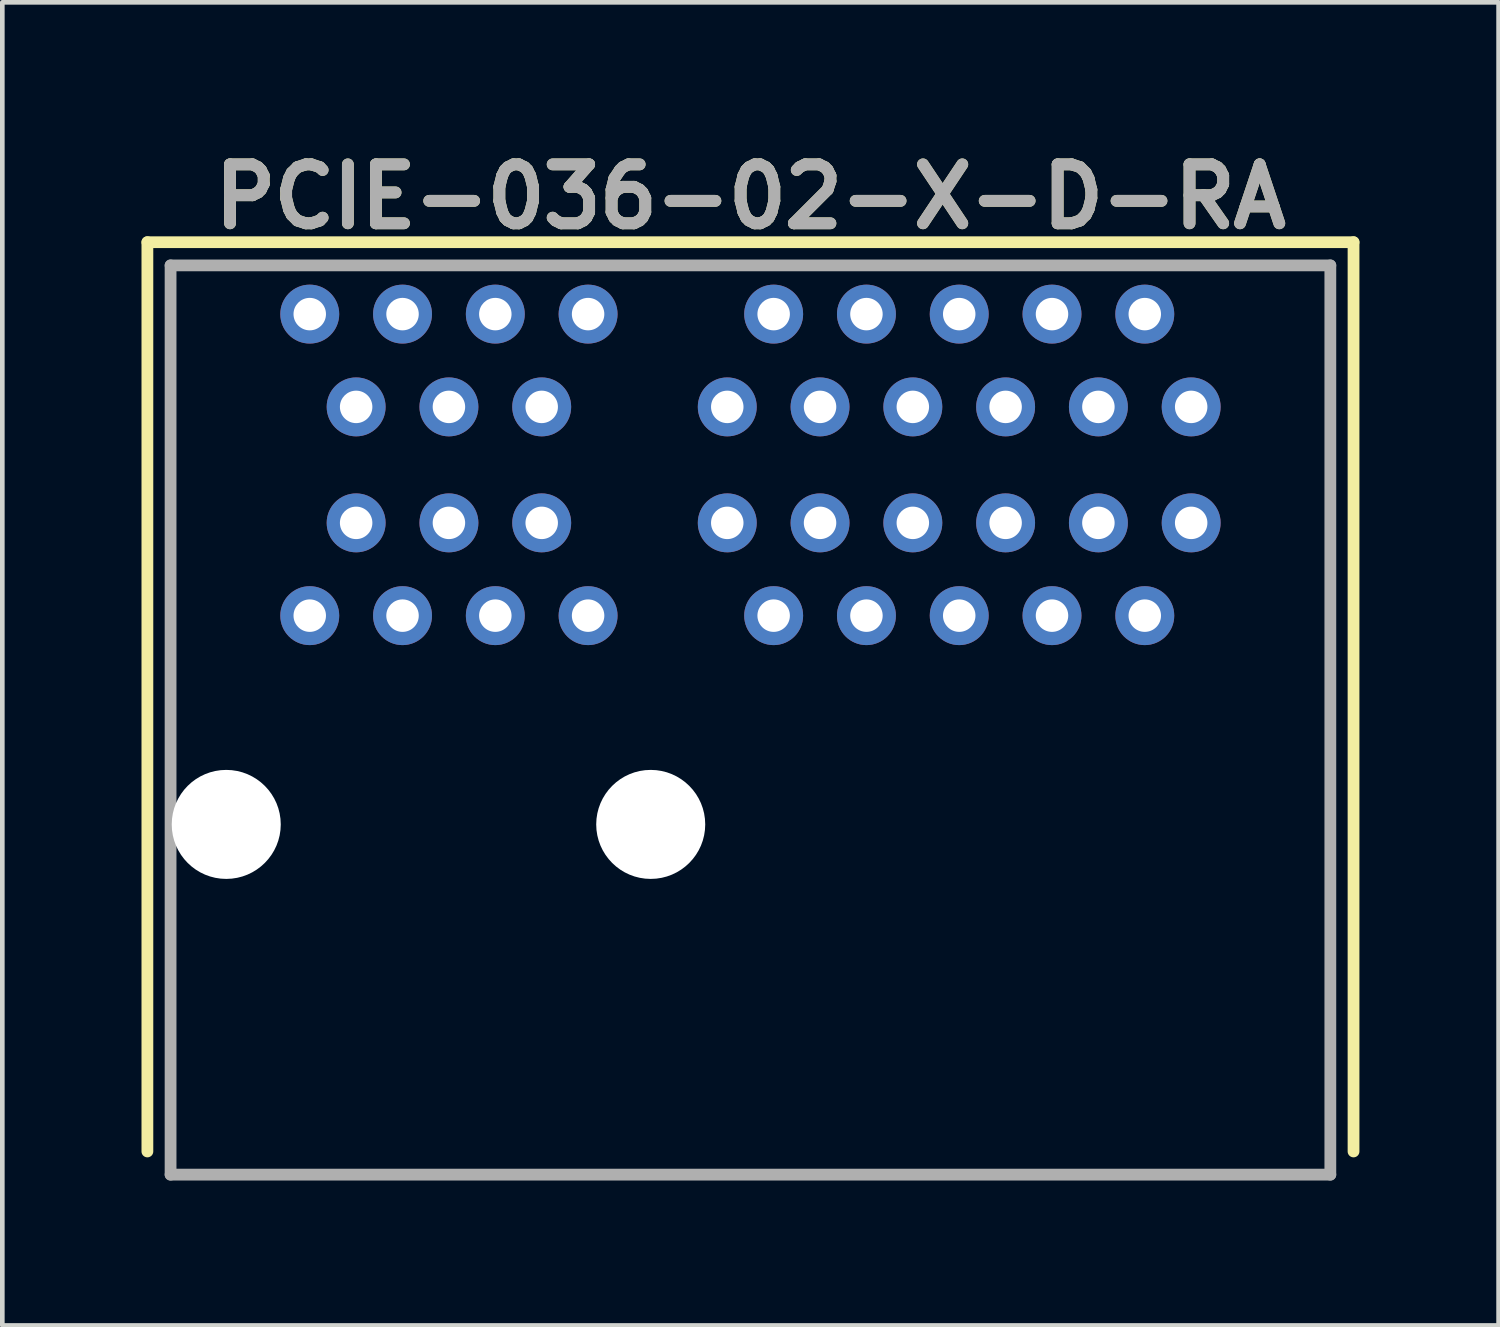
<source format=kicad_pcb>
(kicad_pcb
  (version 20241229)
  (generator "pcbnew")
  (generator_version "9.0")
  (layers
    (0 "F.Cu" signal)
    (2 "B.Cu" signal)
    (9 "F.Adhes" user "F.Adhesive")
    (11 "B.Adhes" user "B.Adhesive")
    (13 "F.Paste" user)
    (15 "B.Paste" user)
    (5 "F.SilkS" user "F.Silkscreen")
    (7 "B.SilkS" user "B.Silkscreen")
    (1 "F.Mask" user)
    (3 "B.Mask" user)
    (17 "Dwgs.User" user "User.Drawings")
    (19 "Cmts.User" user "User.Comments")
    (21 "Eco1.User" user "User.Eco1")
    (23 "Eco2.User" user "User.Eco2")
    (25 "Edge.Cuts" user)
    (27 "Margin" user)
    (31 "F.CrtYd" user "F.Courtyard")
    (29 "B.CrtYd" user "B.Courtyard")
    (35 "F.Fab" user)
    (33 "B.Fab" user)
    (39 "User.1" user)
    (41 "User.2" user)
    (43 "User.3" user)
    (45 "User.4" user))
  (footprint "PCIE-036-02-X-D-RA"
    (layer "F.Cu")
    (at 13.127 22.271)
    (property "Reference" "PCIE-036-02-X-D-RA" (at 0 -21.082 0) (layer "F.SilkS") (effects (font (size 1.27 1.27) (thickness 0.254))))
    (attr through_hole)
    (fp_line (start -13 -20.1) (end 13 -20.1) (stroke (width 0.254) (type solid)) (layer "F.SilkS"))
    (fp_line (start -13 -0.5) (end -13 -20.1) (stroke (width 0.254) (type solid)) (layer "F.SilkS"))
    (fp_line (start 13 -20.1) (end 13 -0.5) (stroke (width 0.254) (type solid)) (layer "F.SilkS"))
    (fp_line (start -12.5 -19.6) (end 12.5 -19.6) (stroke (width 0.254) (type solid)) (layer "F.Fab"))
    (fp_line (start -12.5 0) (end -12.5 -19.6) (stroke (width 0.254) (type solid)) (layer "F.Fab"))
    (fp_line (start 12.5 -19.6) (end 12.5 0) (stroke (width 0.254) (type solid)) (layer "F.Fab"))
    (fp_line (start 12.5 0) (end -12.5 0) (stroke (width 0.254) (type solid)) (layer "F.Fab"))
    (fp_text user "${REFERENCE}" (at 0 -21.082 0) (layer "F.Fab") (effects (font (size 1.27 1.27) (thickness 0.254))))
    (pad "" np_thru_hole circle (at -11.3 -7.55) (size 2.35 2.35) (drill 2.35) (layers "*.Cu" "*.Mask"))
    (pad "" np_thru_hole circle (at -2.15 -7.55) (size 2.35 2.35) (drill 2.35) (layers "*.Cu" "*.Mask"))
    (pad "A1" thru_hole circle (at 9.5 -14.05) (size 1.27 1.27) (drill 0.7) (layers "*.Cu" "*.Mask"))
    (pad "A2" thru_hole circle (at 8.5 -12.05) (size 1.27 1.27) (drill 0.7) (layers "*.Cu" "*.Mask"))
    (pad "A3" thru_hole circle (at 7.5 -14.05) (size 1.27 1.27) (drill 0.7) (layers "*.Cu" "*.Mask"))
    (pad "A4" thru_hole circle (at 6.5 -12.05) (size 1.27 1.27) (drill 0.7) (layers "*.Cu" "*.Mask"))
    (pad "A5" thru_hole circle (at 5.5 -14.05) (size 1.27 1.27) (drill 0.7) (layers "*.Cu" "*.Mask"))
    (pad "A6" thru_hole circle (at 4.5 -12.05) (size 1.27 1.27) (drill 0.7) (layers "*.Cu" "*.Mask"))
    (pad "A7" thru_hole circle (at 3.5 -14.05) (size 1.27 1.27) (drill 0.7) (layers "*.Cu" "*.Mask"))
    (pad "A8" thru_hole circle (at 2.5 -12.05) (size 1.27 1.27) (drill 0.7) (layers "*.Cu" "*.Mask"))
    (pad "A9" thru_hole circle (at 1.5 -14.05) (size 1.27 1.27) (drill 0.7) (layers "*.Cu" "*.Mask"))
    (pad "A10" thru_hole circle (at 0.5 -12.05) (size 1.27 1.27) (drill 0.7) (layers "*.Cu" "*.Mask"))
    (pad "A11" thru_hole circle (at -0.5 -14.05) (size 1.27 1.27) (drill 0.7) (layers "*.Cu" "*.Mask"))
    (pad "A12" thru_hole circle (at -3.5 -12.05) (size 1.27 1.27) (drill 0.7) (layers "*.Cu" "*.Mask"))
    (pad "A13" thru_hole circle (at -4.5 -14.05) (size 1.27 1.27) (drill 0.7) (layers "*.Cu" "*.Mask"))
    (pad "A14" thru_hole circle (at -5.5 -12.05) (size 1.27 1.27) (drill 0.7) (layers "*.Cu" "*.Mask"))
    (pad "A15" thru_hole circle (at -6.5 -14.05) (size 1.27 1.27) (drill 0.7) (layers "*.Cu" "*.Mask"))
    (pad "A16" thru_hole circle (at -7.5 -12.05) (size 1.27 1.27) (drill 0.7) (layers "*.Cu" "*.Mask"))
    (pad "A17" thru_hole circle (at -8.5 -14.05) (size 1.27 1.27) (drill 0.7) (layers "*.Cu" "*.Mask"))
    (pad "A18" thru_hole circle (at -9.5 -12.05) (size 1.27 1.27) (drill 0.7) (layers "*.Cu" "*.Mask"))
    (pad "B1" thru_hole circle (at 9.5 -16.55) (size 1.27 1.27) (drill 0.7) (layers "*.Cu" "*.Mask"))
    (pad "B2" thru_hole circle (at 8.5 -18.55) (size 1.27 1.27) (drill 0.7) (layers "*.Cu" "*.Mask"))
    (pad "B3" thru_hole circle (at 7.5 -16.55) (size 1.27 1.27) (drill 0.7) (layers "*.Cu" "*.Mask"))
    (pad "B4" thru_hole circle (at 6.5 -18.55) (size 1.27 1.27) (drill 0.7) (layers "*.Cu" "*.Mask"))
    (pad "B5" thru_hole circle (at 5.5 -16.55) (size 1.27 1.27) (drill 0.7) (layers "*.Cu" "*.Mask"))
    (pad "B6" thru_hole circle (at 4.5 -18.55) (size 1.27 1.27) (drill 0.7) (layers "*.Cu" "*.Mask"))
    (pad "B7" thru_hole circle (at 3.5 -16.55) (size 1.27 1.27) (drill 0.7) (layers "*.Cu" "*.Mask"))
    (pad "B8" thru_hole circle (at 2.5 -18.55) (size 1.27 1.27) (drill 0.7) (layers "*.Cu" "*.Mask"))
    (pad "B9" thru_hole circle (at 1.5 -16.55) (size 1.27 1.27) (drill 0.7) (layers "*.Cu" "*.Mask"))
    (pad "B10" thru_hole circle (at 0.5 -18.55) (size 1.27 1.27) (drill 0.7) (layers "*.Cu" "*.Mask"))
    (pad "B11" thru_hole circle (at -0.5 -16.55) (size 1.27 1.27) (drill 0.7) (layers "*.Cu" "*.Mask"))
    (pad "B12" thru_hole circle (at -3.5 -18.55) (size 1.27 1.27) (drill 0.7) (layers "*.Cu" "*.Mask"))
    (pad "B13" thru_hole circle (at -4.5 -16.55) (size 1.27 1.27) (drill 0.7) (layers "*.Cu" "*.Mask"))
    (pad "B14" thru_hole circle (at -5.5 -18.55) (size 1.27 1.27) (drill 0.7) (layers "*.Cu" "*.Mask"))
    (pad "B15" thru_hole circle (at -6.5 -16.55) (size 1.27 1.27) (drill 0.7) (layers "*.Cu" "*.Mask"))
    (pad "B16" thru_hole circle (at -7.5 -18.55) (size 1.27 1.27) (drill 0.7) (layers "*.Cu" "*.Mask"))
    (pad "B17" thru_hole circle (at -8.5 -16.55) (size 1.27 1.27) (drill 0.7) (layers "*.Cu" "*.Mask"))
    (pad "B18" thru_hole circle (at -9.5 -18.55) (size 1.27 1.27) (drill 0.7) (layers "*.Cu" "*.Mask")))
  (gr_rect
    (start -3 -3)
    (end 29.254 25.521)
    (stroke (width 0.1) (type default))
    (fill no)
    (layer "Edge.Cuts")))
</source>
